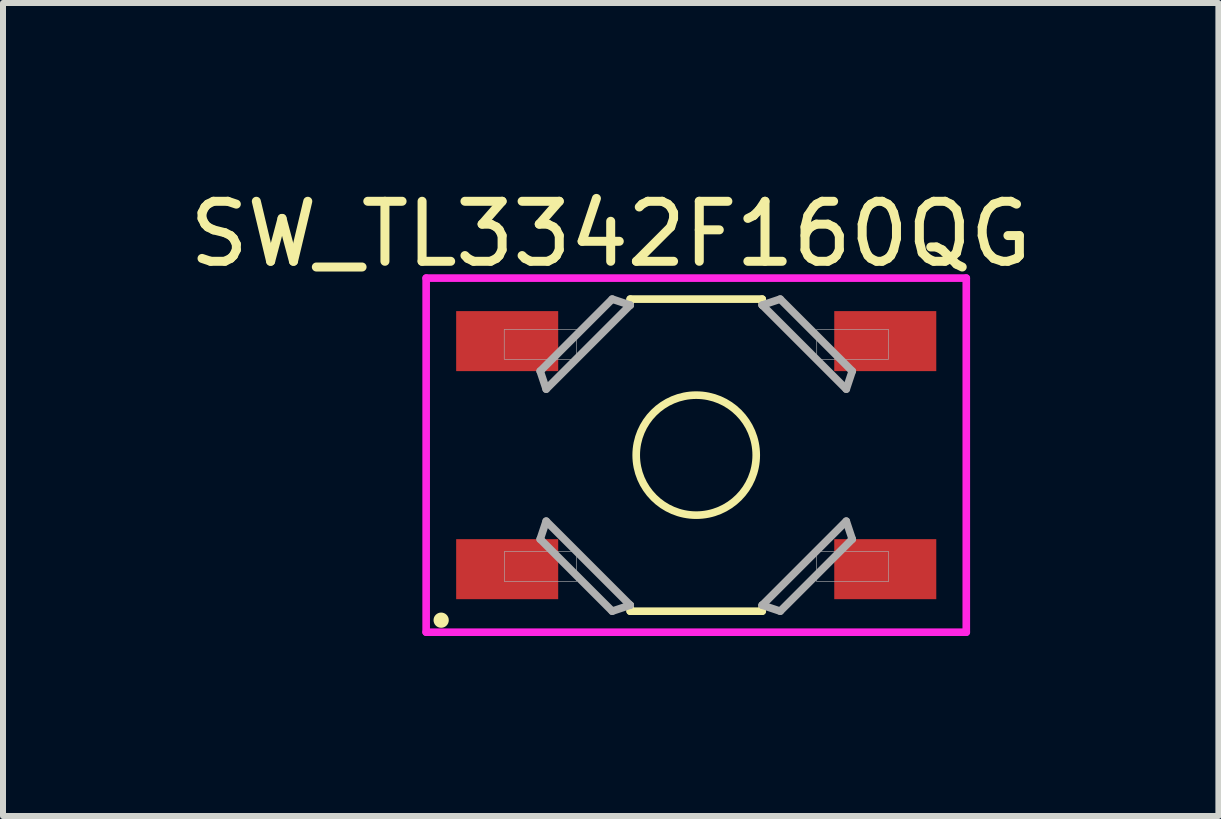
<source format=kicad_pcb>
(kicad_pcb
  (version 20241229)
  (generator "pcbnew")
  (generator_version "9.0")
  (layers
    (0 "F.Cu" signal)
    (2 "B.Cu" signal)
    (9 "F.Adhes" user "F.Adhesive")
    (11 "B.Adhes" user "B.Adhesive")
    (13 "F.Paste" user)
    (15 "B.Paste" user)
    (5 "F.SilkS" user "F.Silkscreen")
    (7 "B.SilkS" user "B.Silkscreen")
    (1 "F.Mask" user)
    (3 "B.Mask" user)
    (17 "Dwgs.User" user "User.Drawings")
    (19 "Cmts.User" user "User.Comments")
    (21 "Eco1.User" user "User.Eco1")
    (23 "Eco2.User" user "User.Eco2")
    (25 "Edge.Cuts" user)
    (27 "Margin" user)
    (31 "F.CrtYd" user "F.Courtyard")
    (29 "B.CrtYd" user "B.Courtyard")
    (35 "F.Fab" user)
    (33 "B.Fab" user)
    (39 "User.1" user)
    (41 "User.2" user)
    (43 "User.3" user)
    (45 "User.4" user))
  (footprint "SW_TL3342F160QG"
    (layer "F.Cu")
    (at 8.551 4.534)
    (property "Reference" "SW_TL3342F160QG" (at -1.425 -3.685 0) (layer "F.SilkS") (effects (font (size 1 1) (thickness 0.15))))
    (attr smd)
    (fp_line (start -1.1 -2.6) (end -1.1 -2.5) (stroke (width 0.127) (type solid)) (layer "F.SilkS"))
    (fp_line (start -1.1 -2.6) (end 1.1 -2.6) (stroke (width 0.127) (type solid)) (layer "F.SilkS"))
    (fp_line (start -1.1 2.5) (end -1.1 2.6) (stroke (width 0.127) (type solid)) (layer "F.SilkS"))
    (fp_line (start -1.1 2.6) (end 1.1 2.6) (stroke (width 0.127) (type solid)) (layer "F.SilkS"))
    (fp_line (start 1.1 -2.5) (end 1.1 -2.6) (stroke (width 0.127) (type solid)) (layer "F.SilkS"))
    (fp_line (start 1.1 2.5) (end 1.1 2.6) (stroke (width 0.127) (type solid)) (layer "F.SilkS"))
    (fp_circle (center -4.25 2.75) (end -4.123 2.75) (stroke (width 0) (type solid)) (fill yes) (layer "F.SilkS"))
    (fp_circle (center 0 0) (end 1 0) (stroke (width 0.127) (type solid)) (fill no) (layer "F.SilkS"))
    (fp_line (start -4.5 -2.95) (end 4.5 -2.95) (stroke (width 0.127) (type solid)) (layer "F.CrtYd"))
    (fp_line (start -4.5 2.95) (end -4.5 -2.95) (stroke (width 0.127) (type solid)) (layer "F.CrtYd"))
    (fp_line (start 4.5 -2.95) (end 4.5 2.95) (stroke (width 0.127) (type solid)) (layer "F.CrtYd"))
    (fp_line (start 4.5 2.95) (end -4.5 2.95) (stroke (width 0.127) (type solid)) (layer "F.CrtYd"))
    (fp_line (start -2.6 -1.4) (end -2.5 -1.1) (stroke (width 0.127) (type solid)) (layer "F.Fab"))
    (fp_line (start -2.6 -1.4) (end -1.4 -2.6) (stroke (width 0.127) (type solid)) (layer "F.Fab"))
    (fp_line (start -2.6 1.4) (end -2.5 1.1) (stroke (width 0.127) (type solid)) (layer "F.Fab"))
    (fp_line (start -2.6 1.4) (end -1.4 2.6) (stroke (width 0.127) (type solid)) (layer "F.Fab"))
    (fp_line (start -2.5 -1.1) (end -1.1 -2.5) (stroke (width 0.127) (type solid)) (layer "F.Fab"))
    (fp_line (start -2.5 1.1) (end -1.1 2.5) (stroke (width 0.127) (type solid)) (layer "F.Fab"))
    (fp_line (start -1.4 -2.6) (end -1.1 -2.5) (stroke (width 0.127) (type solid)) (layer "F.Fab"))
    (fp_line (start -1.4 2.6) (end -1.1 2.5) (stroke (width 0.127) (type solid)) (layer "F.Fab"))
    (fp_line (start 1.1 -2.5) (end 2.5 -1.1) (stroke (width 0.127) (type solid)) (layer "F.Fab"))
    (fp_line (start 1.1 2.5) (end 2.5 1.1) (stroke (width 0.127) (type solid)) (layer "F.Fab"))
    (fp_line (start 1.4 -2.6) (end 1.1 -2.5) (stroke (width 0.127) (type solid)) (layer "F.Fab"))
    (fp_line (start 1.4 -2.6) (end 2.6 -1.4) (stroke (width 0.127) (type solid)) (layer "F.Fab"))
    (fp_line (start 1.4 2.6) (end 1.1 2.5) (stroke (width 0.127) (type solid)) (layer "F.Fab"))
    (fp_line (start 1.4 2.6) (end 2.6 1.4) (stroke (width 0.127) (type solid)) (layer "F.Fab"))
    (fp_line (start 2.6 -1.4) (end 2.5 -1.1) (stroke (width 0.127) (type solid)) (layer "F.Fab"))
    (fp_line (start 2.6 1.4) (end 2.5 1.1) (stroke (width 0.127) (type solid)) (layer "F.Fab"))
    (fp_poly (pts (xy -3.199 -2.095) (xy -1.995 -2.095) (xy -1.995 -1.597) (xy -3.199 -1.597)) (stroke (width 0.01) (type solid)) (fill no) (layer "F.Fab"))
    (fp_poly (pts (xy -3.196 1.605) (xy -1.995 1.605) (xy -1.995 2.106) (xy -3.196 2.106)) (stroke (width 0.01) (type solid)) (fill no) (layer "F.Fab"))
    (fp_poly (pts (xy 2.007 1.605) (xy 3.205 1.605) (xy 3.205 2.107) (xy 2.007 2.107)) (stroke (width 0.01) (type solid)) (fill no) (layer "F.Fab"))
    (fp_poly (pts (xy 2.008 -2.095) (xy 3.205 -2.095) (xy 3.205 -1.597) (xy 2.008 -1.597)) (stroke (width 0.01) (type solid)) (fill no) (layer "F.Fab"))
    (pad "1" smd rect (at -3.15 1.9) (size 1.7 1) (layers "F.Cu" "F.Mask" "F.Paste"))
    (pad "2" smd rect (at 3.15 1.9) (size 1.7 1) (layers "F.Cu" "F.Mask" "F.Paste"))
    (pad "3" smd rect (at -3.15 -1.9) (size 1.7 1) (layers "F.Cu" "F.Mask" "F.Paste"))
    (pad "4" smd rect (at 3.15 -1.9) (size 1.7 1) (layers "F.Cu" "F.Mask" "F.Paste")))
  (gr_rect
    (start -3 -3)
    (end 17.252 10.547)
    (stroke (width 0.1) (type default))
    (fill no)
    (layer "Edge.Cuts")))
</source>
